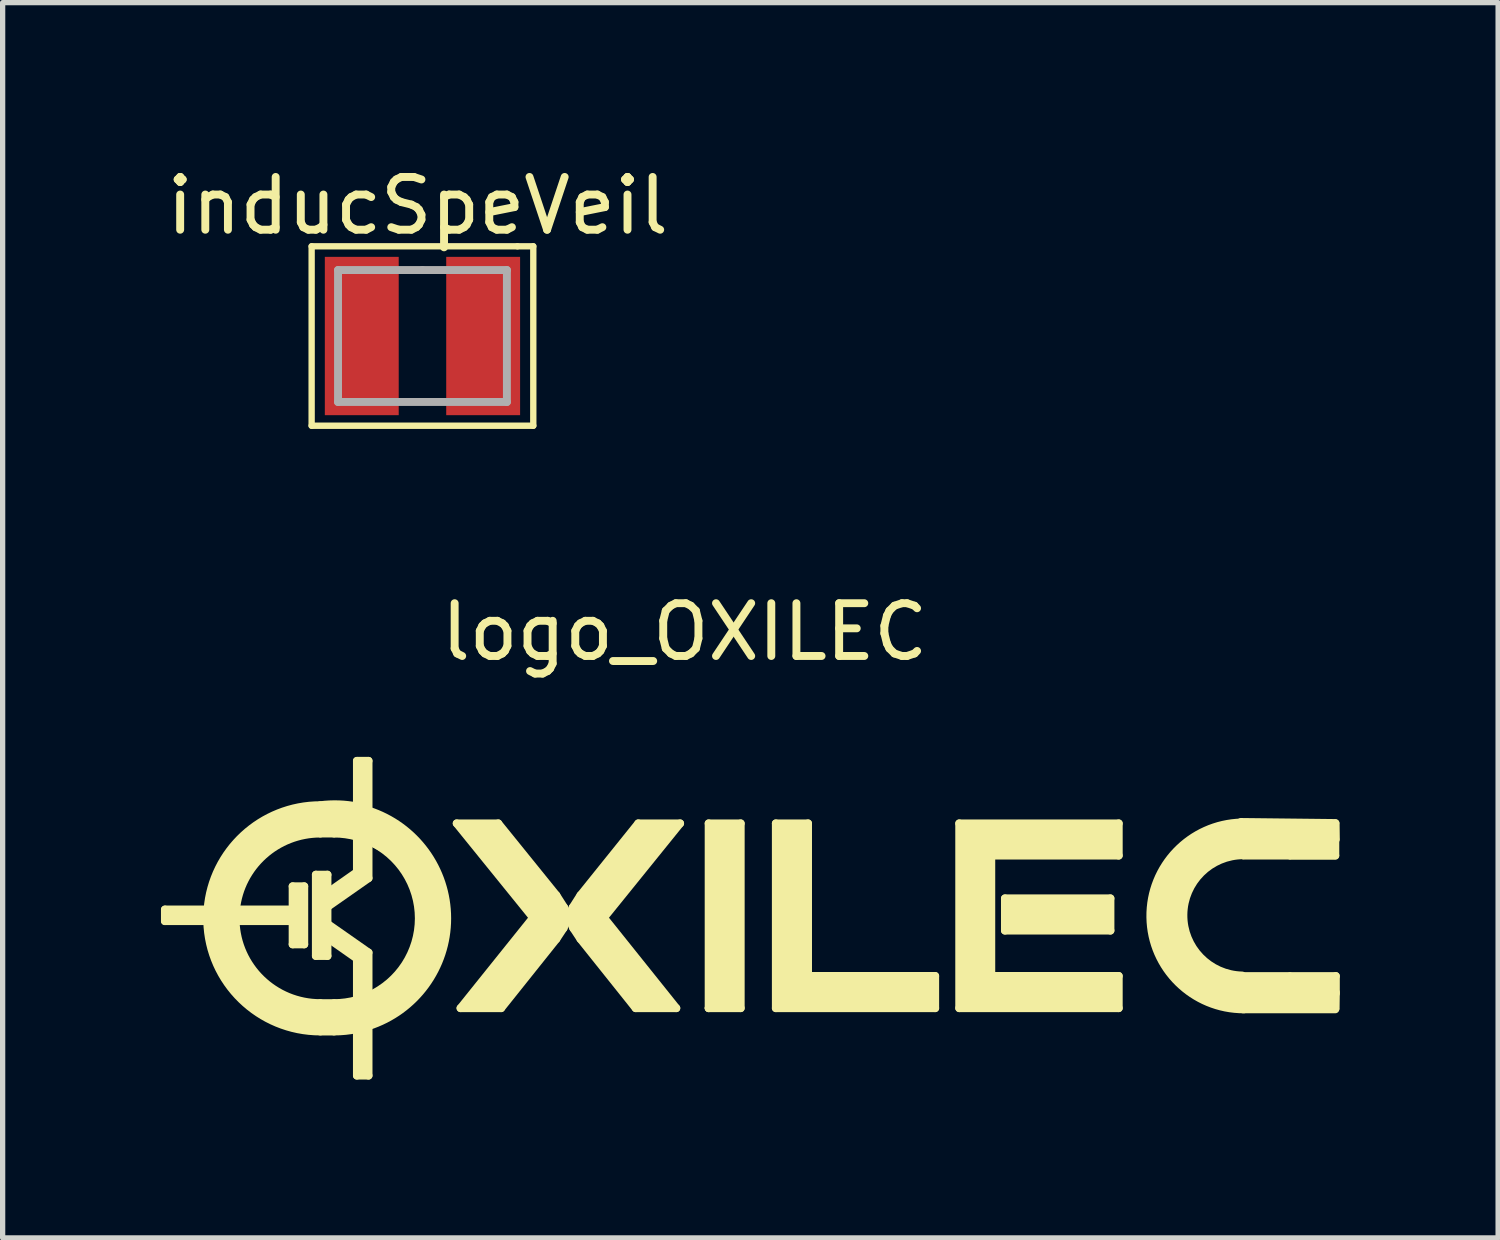
<source format=kicad_pcb>
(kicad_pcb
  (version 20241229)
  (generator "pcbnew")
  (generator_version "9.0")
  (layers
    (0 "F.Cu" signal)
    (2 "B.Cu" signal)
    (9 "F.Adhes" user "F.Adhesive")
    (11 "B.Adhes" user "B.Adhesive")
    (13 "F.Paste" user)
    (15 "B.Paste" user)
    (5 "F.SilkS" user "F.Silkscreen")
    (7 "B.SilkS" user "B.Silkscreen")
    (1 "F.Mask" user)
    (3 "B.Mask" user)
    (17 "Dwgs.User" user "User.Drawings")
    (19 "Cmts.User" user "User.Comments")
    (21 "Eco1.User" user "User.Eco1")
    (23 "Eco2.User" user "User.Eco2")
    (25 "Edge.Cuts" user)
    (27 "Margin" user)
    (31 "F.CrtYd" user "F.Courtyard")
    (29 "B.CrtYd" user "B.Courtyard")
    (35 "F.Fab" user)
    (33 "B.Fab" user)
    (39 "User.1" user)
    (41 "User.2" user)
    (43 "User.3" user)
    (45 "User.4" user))
  (footprint "inducSpeVeil"
    (layer "F.Cu")
    (at 4.955 3.317)
    (property "Reference" "inducSpeVeil" (at -0.091 -2.469 0) (layer "F.SilkS") (effects (font (size 1 1) (thickness 0.15))))
    (attr through_hole)
    (fp_line (start -2.1 -1.7) (end -2.1 1.7) (stroke (width 0.12) (type solid)) (layer "F.SilkS"))
    (fp_line (start -2.1 1.7) (end 2.1 1.7) (stroke (width 0.12) (type solid)) (layer "F.SilkS"))
    (fp_line (start 1.8 -1.7) (end -2.1 -1.7) (stroke (width 0.12) (type solid)) (layer "F.SilkS"))
    (fp_line (start 2.1 -1.7) (end 1.8 -1.7) (stroke (width 0.12) (type solid)) (layer "F.SilkS"))
    (fp_line (start 2.1 1.7) (end 2.1 -1.7) (stroke (width 0.12) (type solid)) (layer "F.SilkS"))
    (fp_line (start -1.6 -1.25) (end -1.6 1.25) (stroke (width 0.15) (type solid)) (layer "F.Fab"))
    (fp_line (start -1.6 1.25) (end 1.6 1.25) (stroke (width 0.15) (type solid)) (layer "F.Fab"))
    (fp_line (start 0 -1.25) (end -1.6 -1.25) (stroke (width 0.15) (type solid)) (layer "F.Fab"))
    (fp_line (start 1.6 -1.25) (end 0 -1.25) (stroke (width 0.15) (type solid)) (layer "F.Fab"))
    (fp_line (start 1.6 1.25) (end 1.6 -1.25) (stroke (width 0.15) (type solid)) (layer "F.Fab"))
    (pad "1" smd rect (at -1.15 0) (size 1.4 3) (layers "F.Cu" "F.Mask" "F.Paste"))
    (pad "2" smd rect (at 1.15 0) (size 1.4 3) (layers "F.Cu" "F.Mask" "F.Paste")))
  (footprint "logo_OXILEC"
    (layer "F.Cu")
    (at 10.652 14.355)
    (property "Reference" "logo_OXILEC" (at -0.73 -5.43 0) (layer "F.SilkS") (effects (font (size 1 1) (thickness 0.15))))
    (attr through_hole)
    (fp_line (start -10.577 -0.171) (end -10.577 0.049) (stroke (width 0.15) (type solid)) (layer "F.SilkS"))
    (fp_line (start -10.577 0.049) (end -9.775 0.049) (stroke (width 0.15) (type solid)) (layer "F.SilkS"))
    (fp_line (start -9.769 -0.171) (end -10.577 -0.171) (stroke (width 0.15) (type solid)) (layer "F.SilkS"))
    (fp_line (start -9.238 0.049) (end -8.157 0.049) (stroke (width 0.15) (type solid)) (layer "F.SilkS"))
    (fp_line (start -8.157 -0.611) (end -8.157 -0.171) (stroke (width 0.15) (type solid)) (layer "F.SilkS"))
    (fp_line (start -8.157 -0.171) (end -9.23 -0.171) (stroke (width 0.15) (type solid)) (layer "F.SilkS"))
    (fp_line (start -8.157 0.049) (end -8.157 0.489) (stroke (width 0.15) (type solid)) (layer "F.SilkS"))
    (fp_line (start -8.157 0.489) (end -7.937 0.489) (stroke (width 0.15) (type solid)) (layer "F.SilkS"))
    (fp_line (start -7.937 -0.611) (end -8.157 -0.611) (stroke (width 0.15) (type solid)) (layer "F.SilkS"))
    (fp_line (start -7.937 0.489) (end -7.937 -0.611) (stroke (width 0.15) (type solid)) (layer "F.SilkS"))
    (fp_line (start -7.717 -0.831) (end -7.717 0.709) (stroke (width 0.15) (type solid)) (layer "F.SilkS"))
    (fp_line (start -7.717 0.709) (end -7.497 0.709) (stroke (width 0.15) (type solid)) (layer "F.SilkS"))
    (fp_line (start -7.632 1.603) (end -7.372 1.603) (stroke (width 0.15) (type solid)) (layer "F.SilkS"))
    (fp_line (start -7.497 -0.831) (end -7.717 -0.831) (stroke (width 0.15) (type solid)) (layer "F.SilkS"))
    (fp_line (start -7.497 -0.489) (end -7.497 -0.831) (stroke (width 0.15) (type solid)) (layer "F.SilkS"))
    (fp_line (start -7.497 -0.22) (end -6.719 -0.765) (stroke (width 0.15) (type solid)) (layer "F.SilkS"))
    (fp_line (start -7.497 0.099) (end -7.497 -0.22) (stroke (width 0.15) (type solid)) (layer "F.SilkS"))
    (fp_line (start -7.497 0.368) (end -6.939 0.759) (stroke (width 0.15) (type solid)) (layer "F.SilkS"))
    (fp_line (start -7.497 0.709) (end -7.497 0.368) (stroke (width 0.15) (type solid)) (layer "F.SilkS"))
    (fp_line (start -7.372 -1.611) (end -7.632 -1.611) (stroke (width 0.15) (type solid)) (layer "F.SilkS"))
    (fp_line (start -7.372 2.14) (end -7.632 2.14) (stroke (width 0.15) (type solid)) (layer "F.SilkS"))
    (fp_line (start -6.939 -2.988) (end -6.719 -2.988) (stroke (width 0.15) (type solid)) (layer "F.SilkS"))
    (fp_line (start -6.939 -2.107) (end -6.939 -2.988) (stroke (width 0.15) (type solid)) (layer "F.SilkS"))
    (fp_line (start -6.939 -1.551) (end -6.939 -0.88) (stroke (width 0.15) (type solid)) (layer "F.SilkS"))
    (fp_line (start -6.939 -0.88) (end -7.497 -0.489) (stroke (width 0.15) (type solid)) (layer "F.SilkS"))
    (fp_line (start -6.939 0.759) (end -6.939 1.543) (stroke (width 0.15) (type solid)) (layer "F.SilkS"))
    (fp_line (start -6.939 2.095) (end -6.939 2.976) (stroke (width 0.15) (type solid)) (layer "F.SilkS"))
    (fp_line (start -6.939 2.976) (end -6.719 2.976) (stroke (width 0.15) (type solid)) (layer "F.SilkS"))
    (fp_line (start -6.719 -2.988) (end -6.719 -2.049) (stroke (width 0.15) (type solid)) (layer "F.SilkS"))
    (fp_line (start -6.719 -0.765) (end -6.719 -1.472) (stroke (width 0.15) (type solid)) (layer "F.SilkS"))
    (fp_line (start -6.719 0.644) (end -7.497 0.099) (stroke (width 0.15) (type solid)) (layer "F.SilkS"))
    (fp_line (start -6.719 1.464) (end -6.719 0.644) (stroke (width 0.15) (type solid)) (layer "F.SilkS"))
    (fp_line (start -6.719 2.976) (end -6.719 2.038) (stroke (width 0.15) (type solid)) (layer "F.SilkS"))
    (fp_line (start -5.048 -1.803) (end -3.601 -0.016) (stroke (width 0.15) (type solid)) (layer "F.SilkS"))
    (fp_line (start -4.976 1.698) (end -4.206 1.698) (stroke (width 0.15) (type solid)) (layer "F.SilkS"))
    (fp_line (start -4.261 -1.803) (end -5.048 -1.803) (stroke (width 0.15) (type solid)) (layer "F.SilkS"))
    (fp_line (start -4.206 1.698) (end -3.16 0.388) (stroke (width 0.15) (type solid)) (layer "F.SilkS"))
    (fp_line (start -3.601 -0.016) (end -4.976 1.698) (stroke (width 0.15) (type solid)) (layer "F.SilkS"))
    (fp_line (start -3.16 -0.441) (end -4.261 -1.803) (stroke (width 0.15) (type solid)) (layer "F.SilkS"))
    (fp_line (start -3.16 0.388) (end -3.023 0.181) (stroke (width 0.15) (type solid)) (layer "F.SilkS"))
    (fp_line (start -3.011 -0.208) (end -3.16 -0.441) (stroke (width 0.15) (type solid)) (layer "F.SilkS"))
    (fp_line (start -2.84 0.181) (end -2.703 0.388) (stroke (width 0.15) (type solid)) (layer "F.SilkS"))
    (fp_line (start -2.703 -0.441) (end -2.852 -0.208) (stroke (width 0.15) (type solid)) (layer "F.SilkS"))
    (fp_line (start -2.703 0.388) (end -1.657 1.698) (stroke (width 0.15) (type solid)) (layer "F.SilkS"))
    (fp_line (start -2.259 -0.016) (end -0.815 -1.803) (stroke (width 0.15) (type solid)) (layer "F.SilkS"))
    (fp_line (start -1.657 1.698) (end -0.887 1.698) (stroke (width 0.15) (type solid)) (layer "F.SilkS"))
    (fp_line (start -1.608 -1.803) (end -2.703 -0.441) (stroke (width 0.15) (type solid)) (layer "F.SilkS"))
    (fp_line (start -0.887 1.698) (end -2.259 -0.016) (stroke (width 0.15) (type solid)) (layer "F.SilkS"))
    (fp_line (start -0.815 -1.803) (end -1.608 -1.803) (stroke (width 0.15) (type solid)) (layer "F.SilkS"))
    (fp_line (start -0.274 -1.803) (end 0.333 -1.803) (stroke (width 0.15) (type solid)) (layer "F.SilkS"))
    (fp_line (start -0.274 1.698) (end -0.274 -1.803) (stroke (width 0.15) (type solid)) (layer "F.SilkS"))
    (fp_line (start -0.274 1.698) (end -0.274 1.698) (stroke (width 0.15) (type solid)) (layer "F.SilkS"))
    (fp_line (start 0.333 -1.803) (end 0.333 1.698) (stroke (width 0.15) (type solid)) (layer "F.SilkS"))
    (fp_line (start 0.333 1.698) (end -0.274 1.698) (stroke (width 0.15) (type solid)) (layer "F.SilkS"))
    (fp_line (start 0.999 -1.803) (end 0.999 1.698) (stroke (width 0.15) (type solid)) (layer "F.SilkS"))
    (fp_line (start 0.999 1.698) (end 4.018 1.698) (stroke (width 0.15) (type solid)) (layer "F.SilkS"))
    (fp_line (start 1.609 -1.803) (end 0.999 -1.803) (stroke (width 0.15) (type solid)) (layer "F.SilkS"))
    (fp_line (start 1.609 1.088) (end 1.609 -1.803) (stroke (width 0.15) (type solid)) (layer "F.SilkS"))
    (fp_line (start 4.018 1.088) (end 1.609 1.088) (stroke (width 0.15) (type solid)) (layer "F.SilkS"))
    (fp_line (start 4.018 1.698) (end 4.018 1.088) (stroke (width 0.15) (type solid)) (layer "F.SilkS"))
    (fp_line (start 4.474 -1.803) (end 4.474 1.698) (stroke (width 0.15) (type solid)) (layer "F.SilkS"))
    (fp_line (start 4.474 1.698) (end 7.496 1.698) (stroke (width 0.15) (type solid)) (layer "F.SilkS"))
    (fp_line (start 5.081 -1.193) (end 7.496 -1.193) (stroke (width 0.15) (type solid)) (layer "F.SilkS"))
    (fp_line (start 5.081 1.088) (end 5.081 -1.193) (stroke (width 0.15) (type solid)) (layer "F.SilkS"))
    (fp_line (start 5.34 -0.382) (end 5.34 0.228) (stroke (width 0.15) (type solid)) (layer "F.SilkS"))
    (fp_line (start 5.34 0.228) (end 7.339 0.228) (stroke (width 0.15) (type solid)) (layer "F.SilkS"))
    (fp_line (start 7.339 -0.382) (end 5.34 -0.382) (stroke (width 0.15) (type solid)) (layer "F.SilkS"))
    (fp_line (start 7.339 0.228) (end 7.339 -0.382) (stroke (width 0.15) (type solid)) (layer "F.SilkS"))
    (fp_line (start 7.496 -1.803) (end 4.474 -1.803) (stroke (width 0.15) (type solid)) (layer "F.SilkS"))
    (fp_line (start 7.496 -1.193) (end 7.496 -1.803) (stroke (width 0.15) (type solid)) (layer "F.SilkS"))
    (fp_line (start 7.496 1.088) (end 5.081 1.088) (stroke (width 0.15) (type solid)) (layer "F.SilkS"))
    (fp_line (start 7.496 1.698) (end 7.496 1.088) (stroke (width 0.15) (type solid)) (layer "F.SilkS"))
    (fp_line (start 9.81 -1.83) (end 11.6 -1.81) (stroke (width 0.15) (type solid)) (layer "F.SilkS"))
    (fp_line (start 10.73 1.09) (end 9.86 1.09) (stroke (width 0.15) (type solid)) (layer "F.SilkS"))
    (fp_line (start 10.73 -1.193) (end 9.864 -1.193) (stroke (width 0.15) (type solid)) (layer "F.SilkS"))
    (fp_line (start 10.75 -1.19) (end 11.6 -1.19) (stroke (width 0.15) (type solid)) (layer "F.SilkS"))
    (fp_line (start 10.75 1.09) (end 11.61 1.09) (stroke (width 0.15) (type solid)) (layer "F.SilkS"))
    (fp_line (start 11.6 -1.5) (end 11.6 -1.2) (stroke (width 0.15) (type solid)) (layer "F.SilkS"))
    (fp_line (start 11.6 1.72) (end 9.85 1.72) (stroke (width 0.15) (type solid)) (layer "F.SilkS"))
    (fp_line (start 11.61 -1.5) (end 11.606 -1.803) (stroke (width 0.15) (type solid)) (layer "F.SilkS"))
    (fp_line (start 11.61 1.09) (end 11.61 1.42) (stroke (width 0.15) (type solid)) (layer "F.SilkS"))
    (fp_line (start 11.61 1.4) (end 11.606 1.698) (stroke (width 0.15) (type solid)) (layer "F.SilkS"))
    (fp_arc (start -9.769367 -0.170543) (mid -9.087889 -1.577512) (end -7.632205 -2.147563) (stroke (width 0.15) (type solid)) (layer "F.SilkS"))
    (fp_arc (start -9.230262 -0.170543) (mid -8.707804 -1.197497) (end -7.632205 -1.610636) (stroke (width 0.15) (type solid)) (layer "F.SilkS"))
    (fp_arc (start -7.632205 -2.147563) (mid -7.282495 -2.163716) (end -6.934742 -2.123397) (stroke (width 0.15) (type solid)) (layer "F.SilkS"))
    (fp_arc (start -7.632204 1.602806) (mid -8.749298 1.150925) (end -9.238039 0.049458) (stroke (width 0.15) (type solid)) (layer "F.SilkS"))
    (fp_arc (start -7.632204 2.139733) (mid -9.129004 1.530628) (end -9.775188 0.049458) (stroke (width 0.15) (type solid)) (layer "F.SilkS"))
    (fp_arc (start -7.372436 -1.610635) (mid -7.153558 -1.595657) (end -6.93876 -1.551001) (stroke (width 0.15) (type solid)) (layer "F.SilkS"))
    (fp_arc (start -6.93876 1.543172) (mid -7.153558 1.587828) (end -7.372436 1.602806) (stroke (width 0.15) (type solid)) (layer "F.SilkS"))
    (fp_arc (start -6.93876 2.095407) (mid -7.154468 2.128623) (end -7.372436 2.139733) (stroke (width 0.15) (type solid)) (layer "F.SilkS"))
    (fp_arc (start -6.71876 -2.045467) (mid -5.228788 -0.003915) (end -6.71876 2.037637) (stroke (width 0.15) (type solid)) (layer "F.SilkS"))
    (fp_arc (start -6.71876 -1.471655) (mid -5.765715 -0.003915) (end -6.71876 1.463825) (stroke (width 0.15) (type solid)) (layer "F.SilkS"))
    (fp_arc (start -3.011487 -0.208057) (mid -2.976676 -0.012156) (end -3.02311 0.18132) (stroke (width 0.15) (type solid)) (layer "F.SilkS"))
    (fp_arc (start -2.840045 0.18132) (mid -2.892157 -0.011986) (end -2.851668 -0.208057) (stroke (width 0.15) (type solid)) (layer "F.SilkS"))
    (fp_arc (start 9.835223 1.079731) (mid 8.720067 -0.072389) (end 9.86 -1.2) (stroke (width 0.15) (type solid)) (layer "F.SilkS"))
    (fp_arc (start 9.870001 1.720423) (mid 8.089725 -0.024999) (end 9.820001 -1.819999) (stroke (width 0.15) (type solid)) (layer "F.SilkS"))
    (fp_poly (pts (xy -0.274 -1.803) (xy 0.333 -1.803) (xy 0.333 1.698) (xy -0.274 1.698)) (stroke (width 0.1) (type solid)) (fill yes) (layer "F.SilkS"))
    (fp_poly (pts (xy 5.34 -0.382) (xy 7.339 -0.382) (xy 7.339 0.228) (xy 5.34 0.228)) (stroke (width 0.1) (type solid)) (fill yes) (layer "F.SilkS"))
    (fp_poly (pts (xy -7.668 -0.767) (xy -7.65 0.65) (xy -7.546 0.632) (xy -7.559 -0.765) (xy -7.666 -0.765)) (stroke (width 0.1) (type solid)) (fill yes) (layer "F.SilkS"))
    (fp_poly (pts (xy -6.876 2.042) (xy -6.876 2.918) (xy -6.764 2.918) (xy -6.767 2.06) (xy -6.871 2.045)) (stroke (width 0.1) (type solid)) (fill yes) (layer "F.SilkS"))
    (fp_poly (pts (xy -6.873 -2.918) (xy -6.873 -2.022) (xy -6.772 -2.024) (xy -6.787 -2.926) (xy -6.881 -2.916)) (stroke (width 0.1) (type solid)) (fill yes) (layer "F.SilkS"))
    (fp_poly (pts (xy -10.475 -0.112) (xy -9.731 -0.119) (xy -9.723 0.038) (xy -10.546 0.01) (xy -10.533 -0.094) (xy -10.472 -0.112)) (stroke (width 0.1) (type solid)) (fill yes) (layer "F.SilkS"))
    (fp_poly (pts (xy 0.999 -1.803) (xy 0.999 1.698) (xy 4.018 1.698) (xy 4.018 1.088) (xy 1.609 1.088) (xy 1.609 -1.803)) (stroke (width 0.1) (type solid)) (fill yes) (layer "F.SilkS"))
    (fp_poly (pts (xy -7.526 -0.457) (xy -7.518 -0.284) (xy -6.774 -0.798) (xy -6.759 -1.613) (xy -6.939 -1.608) (xy -6.881 -0.856) (xy -7.518 -0.447)) (stroke (width 0.1) (type solid)) (fill yes) (layer "F.SilkS"))
    (fp_poly (pts (xy -5.048 -1.803) (xy -4.261 -1.803) (xy -3.011 -0.208) (xy -3.023 0.181) (xy -4.206 1.698) (xy -4.976 1.698) (xy -3.601 -0.016)) (stroke (width 0.1) (type solid)) (fill yes) (layer "F.SilkS"))
    (fp_poly (pts (xy -1.608 -1.803) (xy -0.815 -1.803) (xy -2.259 -0.016) (xy -0.887 1.698) (xy -1.657 1.698) (xy -2.84 0.181) (xy -2.852 -0.208)) (stroke (width 0.1) (type solid)) (fill yes) (layer "F.SilkS"))
    (fp_poly (pts (xy -7.511 0.191) (xy -7.503 0.318) (xy -6.886 0.719) (xy -6.886 1.572) (xy -6.716 1.544) (xy -6.787 0.686) (xy -7.496 0.157) (xy -7.511 0.203)) (stroke (width 0.1) (type solid)) (fill yes) (layer "F.SilkS"))
    (fp_poly (pts (xy 7.496 -1.803) (xy 4.474 -1.803) (xy 4.474 1.698) (xy 7.496 1.698) (xy 7.496 1.088) (xy 5.081 1.088) (xy 5.081 -1.193) (xy 7.496 -1.193)) (stroke (width 0.1) (type solid)) (fill yes) (layer "F.SilkS"))
    (fp_poly (pts (xy -9.215 -0.16) (xy -8.125 -0.127) (xy -8.09 -0.536) (xy -7.998 -0.551) (xy -8.011 0.401) (xy -8.103 0.439) (xy -8.12 0.015) (xy -9.21 -0.013) (xy -9.21 -0.152)) (stroke (width 0.1) (type solid)) (fill yes) (layer "F.SilkS"))
    (fp_poly (pts (xy -9.776 -0.071) (xy -9.256 -0.048) (xy -9.248 -0.33) (xy -9.101 -0.785) (xy -8.776 -1.24) (xy -8.293 -1.534) (xy -7.742 -1.656) (xy -7.066 -1.631) (xy -6.198 -1.176) (xy -5.845 -0.658) (xy -5.712 -0.036) (xy -5.707 0.003) (xy -5.258 0.003) (xy -5.367 -0.635) (xy -5.682 -1.26) (xy -6.132 -1.702) (xy -6.706 -1.989) (xy -6.998 -2.085) (xy -7.625 -2.116) (xy -8.405 -1.951) (xy -9.035 -1.593) (xy -9.474 -1.021) (xy -9.67 -0.579) (xy -9.771 -0.066)) (stroke (width 0.1) (type solid)) (fill yes) (layer "F.SilkS"))
    (fp_poly (pts (xy -9.726 -0.025) (xy -9.299 -0.015) (xy -9.284 0.218) (xy -9.195 0.572) (xy -9.022 0.914) (xy -8.816 1.176) (xy -8.448 1.453) (xy -7.948 1.636) (xy -7.46 1.666) (xy -6.863 1.587) (xy -6.256 1.237) (xy -5.946 0.874) (xy -5.753 0.401) (xy -5.715 0.023) (xy -5.271 0.03) (xy -5.283 0.315) (xy -5.458 0.861) (xy -5.71 1.278) (xy -6.071 1.648) (xy -6.655 1.976) (xy -7.094 2.078) (xy -7.948 2.09) (xy -8.684 1.847) (xy -9.2 1.405) (xy -9.53 0.899) (xy -9.667 0.465) (xy -9.728 -0.023)) (stroke (width 0.1) (type solid)) (fill yes) (layer "F.SilkS"))
    (fp_poly (pts (xy 11.562 -1.76) (xy 11.554 -1.257) (xy 9.865 -1.255) (xy 9.52 -1.217) (xy 9.177 -1.059) (xy 8.849 -0.714) (xy 8.687 -0.305) (xy 8.659 0.028) (xy 8.725 0.32) (xy 8.88 0.625) (xy 9.073 0.851) (xy 9.428 1.077) (xy 9.949 1.163) (xy 10.579 1.148) (xy 11.557 1.158) (xy 11.537 1.676) (xy 10.902 1.669) (xy 9.736 1.656) (xy 9.342 1.587) (xy 8.735 1.28) (xy 8.453 0.922) (xy 8.245 0.561) (xy 8.171 0.229) (xy 8.148 -0.104) (xy 8.202 -0.516) (xy 8.357 -0.866) (xy 8.618 -1.234) (xy 8.926 -1.491) (xy 9.258 -1.659) (xy 9.497 -1.722) (xy 9.835 -1.768) (xy 10.462 -1.763) (xy 11.565 -1.76)) (stroke (width 0.1) (type solid)) (fill yes) (layer "F.SilkS")))
  (gr_rect
    (start -3 -3)
    (end 25.337 20.406)
    (stroke (width 0.1) (type default))
    (fill no)
    (layer "Edge.Cuts")))
</source>
